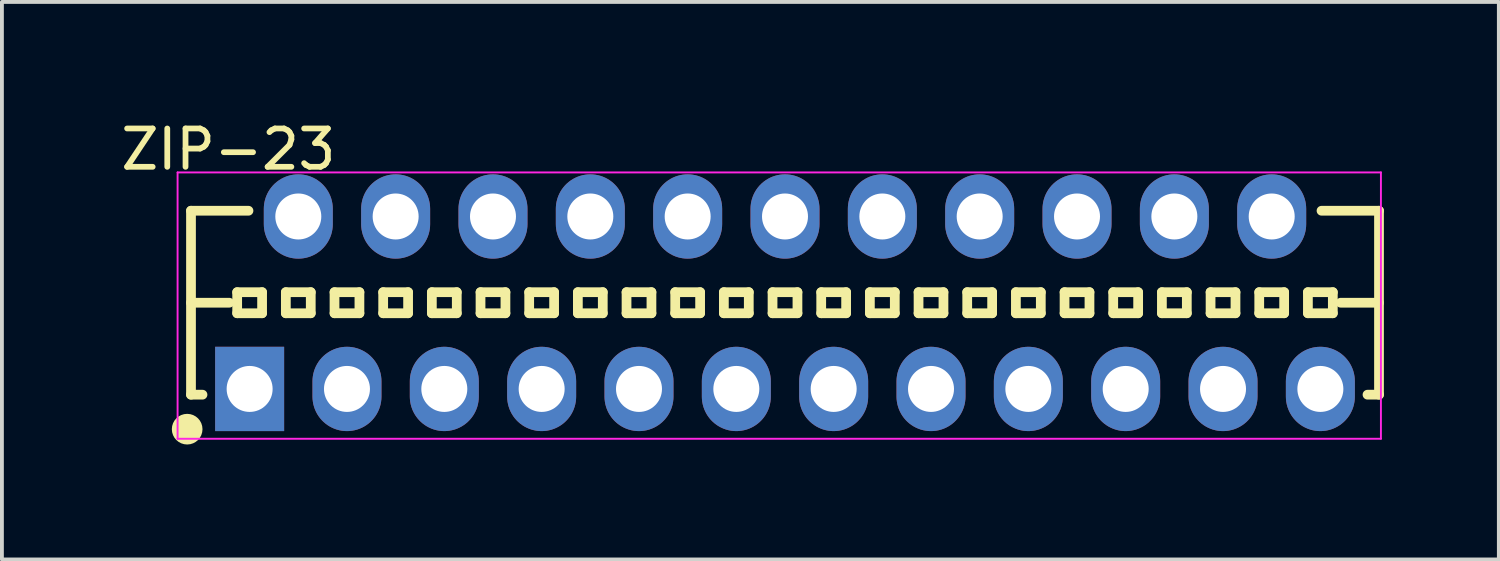
<source format=kicad_pcb>
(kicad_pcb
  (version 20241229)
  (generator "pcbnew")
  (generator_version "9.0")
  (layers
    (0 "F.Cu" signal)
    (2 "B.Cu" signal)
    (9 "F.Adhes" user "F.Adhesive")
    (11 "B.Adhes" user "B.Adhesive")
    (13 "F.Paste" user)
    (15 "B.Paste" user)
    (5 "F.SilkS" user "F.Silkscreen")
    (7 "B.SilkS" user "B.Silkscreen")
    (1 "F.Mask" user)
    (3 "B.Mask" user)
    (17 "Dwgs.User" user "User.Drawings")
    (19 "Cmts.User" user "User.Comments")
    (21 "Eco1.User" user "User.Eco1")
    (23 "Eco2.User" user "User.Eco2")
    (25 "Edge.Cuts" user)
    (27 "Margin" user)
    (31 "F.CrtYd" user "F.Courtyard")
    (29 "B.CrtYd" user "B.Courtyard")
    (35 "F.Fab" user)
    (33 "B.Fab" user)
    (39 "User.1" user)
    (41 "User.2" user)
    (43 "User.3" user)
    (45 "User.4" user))
  (footprint "ZIP-23"
    (layer "F.Cu")
    (at 17.434 4.849)
    (property "Reference" "ZIP-23" (at -14.524 -4.001 0) (layer "F.SilkS") (effects (font (size 1 1) (thickness 0.15))))
    (attr through_hole)
    (fp_line (start -15.5 -2.4) (end -14 -2.4) (stroke (width 0.254) (type solid)) (layer "F.SilkS"))
    (fp_line (start -15.5 0) (end -14.5 0) (stroke (width 0.254) (type solid)) (layer "F.SilkS"))
    (fp_line (start -15.5 2.4) (end -15.5 -2.4) (stroke (width 0.254) (type solid)) (layer "F.SilkS"))
    (fp_line (start -15.5 2.4) (end -15.2 2.4) (stroke (width 0.254) (type solid)) (layer "F.SilkS"))
    (fp_line (start -14.295 -0.275) (end -13.645 -0.275) (stroke (width 0.254) (type solid)) (layer "F.SilkS"))
    (fp_line (start -14.295 0.275) (end -14.295 -0.275) (stroke (width 0.254) (type solid)) (layer "F.SilkS"))
    (fp_line (start -14.295 0.275) (end -13.645 0.275) (stroke (width 0.254) (type solid)) (layer "F.SilkS"))
    (fp_line (start -13.645 0.275) (end -13.645 -0.275) (stroke (width 0.254) (type solid)) (layer "F.SilkS"))
    (fp_line (start -13.025 -0.275) (end -12.375 -0.275) (stroke (width 0.254) (type solid)) (layer "F.SilkS"))
    (fp_line (start -13.025 0.275) (end -13.025 -0.275) (stroke (width 0.254) (type solid)) (layer "F.SilkS"))
    (fp_line (start -13.025 0.275) (end -12.375 0.275) (stroke (width 0.254) (type solid)) (layer "F.SilkS"))
    (fp_line (start -12.375 0.275) (end -12.375 -0.275) (stroke (width 0.254) (type solid)) (layer "F.SilkS"))
    (fp_line (start -11.755 -0.275) (end -11.105 -0.275) (stroke (width 0.254) (type solid)) (layer "F.SilkS"))
    (fp_line (start -11.755 0.275) (end -11.755 -0.275) (stroke (width 0.254) (type solid)) (layer "F.SilkS"))
    (fp_line (start -11.755 0.275) (end -11.105 0.275) (stroke (width 0.254) (type solid)) (layer "F.SilkS"))
    (fp_line (start -11.105 0.275) (end -11.105 -0.275) (stroke (width 0.254) (type solid)) (layer "F.SilkS"))
    (fp_line (start -10.485 -0.275) (end -9.835 -0.275) (stroke (width 0.254) (type solid)) (layer "F.SilkS"))
    (fp_line (start -10.485 0.275) (end -10.485 -0.275) (stroke (width 0.254) (type solid)) (layer "F.SilkS"))
    (fp_line (start -10.485 0.275) (end -9.835 0.275) (stroke (width 0.254) (type solid)) (layer "F.SilkS"))
    (fp_line (start -9.835 0.275) (end -9.835 -0.275) (stroke (width 0.254) (type solid)) (layer "F.SilkS"))
    (fp_line (start -9.215 -0.275) (end -8.565 -0.275) (stroke (width 0.254) (type solid)) (layer "F.SilkS"))
    (fp_line (start -9.215 0.275) (end -9.215 -0.275) (stroke (width 0.254) (type solid)) (layer "F.SilkS"))
    (fp_line (start -9.215 0.275) (end -8.565 0.275) (stroke (width 0.254) (type solid)) (layer "F.SilkS"))
    (fp_line (start -8.565 0.275) (end -8.565 -0.275) (stroke (width 0.254) (type solid)) (layer "F.SilkS"))
    (fp_line (start -7.945 -0.275) (end -7.295 -0.275) (stroke (width 0.254) (type solid)) (layer "F.SilkS"))
    (fp_line (start -7.945 0.275) (end -7.945 -0.275) (stroke (width 0.254) (type solid)) (layer "F.SilkS"))
    (fp_line (start -7.945 0.275) (end -7.295 0.275) (stroke (width 0.254) (type solid)) (layer "F.SilkS"))
    (fp_line (start -7.295 0.275) (end -7.295 -0.275) (stroke (width 0.254) (type solid)) (layer "F.SilkS"))
    (fp_line (start -6.675 -0.275) (end -6.025 -0.275) (stroke (width 0.254) (type solid)) (layer "F.SilkS"))
    (fp_line (start -6.675 0.275) (end -6.675 -0.275) (stroke (width 0.254) (type solid)) (layer "F.SilkS"))
    (fp_line (start -6.675 0.275) (end -6.025 0.275) (stroke (width 0.254) (type solid)) (layer "F.SilkS"))
    (fp_line (start -6.025 0.275) (end -6.025 -0.275) (stroke (width 0.254) (type solid)) (layer "F.SilkS"))
    (fp_line (start -5.405 -0.275) (end -4.755 -0.275) (stroke (width 0.254) (type solid)) (layer "F.SilkS"))
    (fp_line (start -5.405 0.275) (end -5.405 -0.275) (stroke (width 0.254) (type solid)) (layer "F.SilkS"))
    (fp_line (start -5.405 0.275) (end -4.755 0.275) (stroke (width 0.254) (type solid)) (layer "F.SilkS"))
    (fp_line (start -4.755 0.275) (end -4.755 -0.275) (stroke (width 0.254) (type solid)) (layer "F.SilkS"))
    (fp_line (start -4.135 -0.275) (end -3.485 -0.275) (stroke (width 0.254) (type solid)) (layer "F.SilkS"))
    (fp_line (start -4.135 0.275) (end -4.135 -0.275) (stroke (width 0.254) (type solid)) (layer "F.SilkS"))
    (fp_line (start -4.135 0.275) (end -3.485 0.275) (stroke (width 0.254) (type solid)) (layer "F.SilkS"))
    (fp_line (start -3.485 0.275) (end -3.485 -0.275) (stroke (width 0.254) (type solid)) (layer "F.SilkS"))
    (fp_line (start -2.865 -0.275) (end -2.215 -0.275) (stroke (width 0.254) (type solid)) (layer "F.SilkS"))
    (fp_line (start -2.865 0.275) (end -2.865 -0.275) (stroke (width 0.254) (type solid)) (layer "F.SilkS"))
    (fp_line (start -2.865 0.275) (end -2.215 0.275) (stroke (width 0.254) (type solid)) (layer "F.SilkS"))
    (fp_line (start -2.215 0.275) (end -2.215 -0.275) (stroke (width 0.254) (type solid)) (layer "F.SilkS"))
    (fp_line (start -1.595 -0.275) (end -0.945 -0.275) (stroke (width 0.254) (type solid)) (layer "F.SilkS"))
    (fp_line (start -1.595 0.275) (end -1.595 -0.275) (stroke (width 0.254) (type solid)) (layer "F.SilkS"))
    (fp_line (start -1.595 0.275) (end -0.945 0.275) (stroke (width 0.254) (type solid)) (layer "F.SilkS"))
    (fp_line (start -0.945 0.275) (end -0.945 -0.275) (stroke (width 0.254) (type solid)) (layer "F.SilkS"))
    (fp_line (start -0.325 -0.275) (end 0.325 -0.275) (stroke (width 0.254) (type solid)) (layer "F.SilkS"))
    (fp_line (start -0.325 0.275) (end -0.325 -0.275) (stroke (width 0.254) (type solid)) (layer "F.SilkS"))
    (fp_line (start -0.325 0.275) (end 0.325 0.275) (stroke (width 0.254) (type solid)) (layer "F.SilkS"))
    (fp_line (start 0.325 0.275) (end 0.325 -0.275) (stroke (width 0.254) (type solid)) (layer "F.SilkS"))
    (fp_line (start 0.945 -0.275) (end 1.595 -0.275) (stroke (width 0.254) (type solid)) (layer "F.SilkS"))
    (fp_line (start 0.945 0.275) (end 0.945 -0.275) (stroke (width 0.254) (type solid)) (layer "F.SilkS"))
    (fp_line (start 0.945 0.275) (end 1.595 0.275) (stroke (width 0.254) (type solid)) (layer "F.SilkS"))
    (fp_line (start 1.595 0.275) (end 1.595 -0.275) (stroke (width 0.254) (type solid)) (layer "F.SilkS"))
    (fp_line (start 2.215 -0.275) (end 2.865 -0.275) (stroke (width 0.254) (type solid)) (layer "F.SilkS"))
    (fp_line (start 2.215 0.275) (end 2.215 -0.275) (stroke (width 0.254) (type solid)) (layer "F.SilkS"))
    (fp_line (start 2.215 0.275) (end 2.865 0.275) (stroke (width 0.254) (type solid)) (layer "F.SilkS"))
    (fp_line (start 2.865 0.275) (end 2.865 -0.275) (stroke (width 0.254) (type solid)) (layer "F.SilkS"))
    (fp_line (start 3.485 -0.275) (end 4.135 -0.275) (stroke (width 0.254) (type solid)) (layer "F.SilkS"))
    (fp_line (start 3.485 0.275) (end 3.485 -0.275) (stroke (width 0.254) (type solid)) (layer "F.SilkS"))
    (fp_line (start 3.485 0.275) (end 4.135 0.275) (stroke (width 0.254) (type solid)) (layer "F.SilkS"))
    (fp_line (start 4.135 0.275) (end 4.135 -0.275) (stroke (width 0.254) (type solid)) (layer "F.SilkS"))
    (fp_line (start 4.755 -0.275) (end 5.405 -0.275) (stroke (width 0.254) (type solid)) (layer "F.SilkS"))
    (fp_line (start 4.755 0.275) (end 4.755 -0.275) (stroke (width 0.254) (type solid)) (layer "F.SilkS"))
    (fp_line (start 4.755 0.275) (end 5.405 0.275) (stroke (width 0.254) (type solid)) (layer "F.SilkS"))
    (fp_line (start 5.405 0.275) (end 5.405 -0.275) (stroke (width 0.254) (type solid)) (layer "F.SilkS"))
    (fp_line (start 6.025 -0.275) (end 6.675 -0.275) (stroke (width 0.254) (type solid)) (layer "F.SilkS"))
    (fp_line (start 6.025 0.275) (end 6.025 -0.275) (stroke (width 0.254) (type solid)) (layer "F.SilkS"))
    (fp_line (start 6.025 0.275) (end 6.675 0.275) (stroke (width 0.254) (type solid)) (layer "F.SilkS"))
    (fp_line (start 6.675 0.275) (end 6.675 -0.275) (stroke (width 0.254) (type solid)) (layer "F.SilkS"))
    (fp_line (start 7.295 -0.275) (end 7.945 -0.275) (stroke (width 0.254) (type solid)) (layer "F.SilkS"))
    (fp_line (start 7.295 0.275) (end 7.295 -0.275) (stroke (width 0.254) (type solid)) (layer "F.SilkS"))
    (fp_line (start 7.295 0.275) (end 7.945 0.275) (stroke (width 0.254) (type solid)) (layer "F.SilkS"))
    (fp_line (start 7.945 0.275) (end 7.945 -0.275) (stroke (width 0.254) (type solid)) (layer "F.SilkS"))
    (fp_line (start 8.565 -0.275) (end 9.215 -0.275) (stroke (width 0.254) (type solid)) (layer "F.SilkS"))
    (fp_line (start 8.565 0.275) (end 8.565 -0.275) (stroke (width 0.254) (type solid)) (layer "F.SilkS"))
    (fp_line (start 8.565 0.275) (end 9.215 0.275) (stroke (width 0.254) (type solid)) (layer "F.SilkS"))
    (fp_line (start 9.215 0.275) (end 9.215 -0.275) (stroke (width 0.254) (type solid)) (layer "F.SilkS"))
    (fp_line (start 9.835 -0.275) (end 10.485 -0.275) (stroke (width 0.254) (type solid)) (layer "F.SilkS"))
    (fp_line (start 9.835 0.275) (end 9.835 -0.275) (stroke (width 0.254) (type solid)) (layer "F.SilkS"))
    (fp_line (start 9.835 0.275) (end 10.485 0.275) (stroke (width 0.254) (type solid)) (layer "F.SilkS"))
    (fp_line (start 10.485 0.275) (end 10.485 -0.275) (stroke (width 0.254) (type solid)) (layer "F.SilkS"))
    (fp_line (start 11.105 -0.275) (end 11.755 -0.275) (stroke (width 0.254) (type solid)) (layer "F.SilkS"))
    (fp_line (start 11.105 0.275) (end 11.105 -0.275) (stroke (width 0.254) (type solid)) (layer "F.SilkS"))
    (fp_line (start 11.105 0.275) (end 11.755 0.275) (stroke (width 0.254) (type solid)) (layer "F.SilkS"))
    (fp_line (start 11.755 0.275) (end 11.755 -0.275) (stroke (width 0.254) (type solid)) (layer "F.SilkS"))
    (fp_line (start 12.375 -0.275) (end 13.025 -0.275) (stroke (width 0.254) (type solid)) (layer "F.SilkS"))
    (fp_line (start 12.375 0.275) (end 12.375 -0.275) (stroke (width 0.254) (type solid)) (layer "F.SilkS"))
    (fp_line (start 12.375 0.275) (end 13.025 0.275) (stroke (width 0.254) (type solid)) (layer "F.SilkS"))
    (fp_line (start 13.025 0.275) (end 13.025 -0.275) (stroke (width 0.254) (type solid)) (layer "F.SilkS"))
    (fp_line (start 13.645 -0.275) (end 14.295 -0.275) (stroke (width 0.254) (type solid)) (layer "F.SilkS"))
    (fp_line (start 13.645 0.275) (end 13.645 -0.275) (stroke (width 0.254) (type solid)) (layer "F.SilkS"))
    (fp_line (start 13.645 0.275) (end 14.295 0.275) (stroke (width 0.254) (type solid)) (layer "F.SilkS"))
    (fp_line (start 14 -2.4) (end 15.5 -2.4) (stroke (width 0.254) (type solid)) (layer "F.SilkS"))
    (fp_line (start 14.295 0.275) (end 14.295 -0.275) (stroke (width 0.254) (type solid)) (layer "F.SilkS"))
    (fp_line (start 14.5 0) (end 15.5 0) (stroke (width 0.254) (type solid)) (layer "F.SilkS"))
    (fp_line (start 15.2 2.4) (end 15.5 2.4) (stroke (width 0.254) (type solid)) (layer "F.SilkS"))
    (fp_line (start 15.5 2.4) (end 15.5 -2.4) (stroke (width 0.254) (type solid)) (layer "F.SilkS"))
    (fp_circle (center -15.6 3.3) (end -15.4 3.3) (stroke (width 0.4) (type solid)) (fill no) (layer "F.SilkS"))
    (fp_line (start -15.85 -3.4) (end 15.55 -3.4) (stroke (width 0.05) (type solid)) (layer "F.CrtYd"))
    (fp_line (start -15.85 3.55) (end -15.85 -3.4) (stroke (width 0.05) (type solid)) (layer "F.CrtYd"))
    (fp_line (start 15.55 -3.4) (end 15.55 3.55) (stroke (width 0.05) (type solid)) (layer "F.CrtYd"))
    (fp_line (start 15.55 3.55) (end -15.85 3.55) (stroke (width 0.05) (type solid)) (layer "F.CrtYd"))
    (pad "1" thru_hole rect (at -13.97 2.25) (size 1.8 2.2) (drill 1.2) (layers "*.Cu" "*.Mask"))
    (pad "2" thru_hole oval (at -12.7 -2.25) (size 1.8 2.2) (drill 1.2) (layers "*.Cu" "*.Mask"))
    (pad "3" thru_hole oval (at -11.43 2.25) (size 1.8 2.2) (drill 1.2) (layers "*.Cu" "*.Mask"))
    (pad "4" thru_hole oval (at -10.16 -2.25) (size 1.8 2.2) (drill 1.2) (layers "*.Cu" "*.Mask"))
    (pad "5" thru_hole oval (at -8.89 2.25) (size 1.8 2.2) (drill 1.2) (layers "*.Cu" "*.Mask"))
    (pad "6" thru_hole oval (at -7.62 -2.25) (size 1.8 2.2) (drill 1.2) (layers "*.Cu" "*.Mask"))
    (pad "7" thru_hole oval (at -6.35 2.25) (size 1.8 2.2) (drill 1.2) (layers "*.Cu" "*.Mask"))
    (pad "8" thru_hole oval (at -5.08 -2.25) (size 1.8 2.2) (drill 1.2) (layers "*.Cu" "*.Mask"))
    (pad "9" thru_hole oval (at -3.81 2.25) (size 1.8 2.2) (drill 1.2) (layers "*.Cu" "*.Mask"))
    (pad "10" thru_hole oval (at -2.54 -2.25) (size 1.8 2.2) (drill 1.2) (layers "*.Cu" "*.Mask"))
    (pad "11" thru_hole oval (at -1.27 2.25) (size 1.8 2.2) (drill 1.2) (layers "*.Cu" "*.Mask"))
    (pad "12" thru_hole oval (at 0 -2.25) (size 1.8 2.2) (drill 1.2) (layers "*.Cu" "*.Mask"))
    (pad "13" thru_hole oval (at 1.27 2.25) (size 1.8 2.2) (drill 1.2) (layers "*.Cu" "*.Mask"))
    (pad "14" thru_hole oval (at 2.54 -2.25) (size 1.8 2.2) (drill 1.2) (layers "*.Cu" "*.Mask"))
    (pad "15" thru_hole oval (at 3.81 2.25) (size 1.8 2.2) (drill 1.2) (layers "*.Cu" "*.Mask"))
    (pad "16" thru_hole oval (at 5.08 -2.25) (size 1.8 2.2) (drill 1.2) (layers "*.Cu" "*.Mask"))
    (pad "17" thru_hole oval (at 6.35 2.25) (size 1.8 2.2) (drill 1.2) (layers "*.Cu" "*.Mask"))
    (pad "18" thru_hole oval (at 7.62 -2.25) (size 1.8 2.2) (drill 1.2) (layers "*.Cu" "*.Mask"))
    (pad "19" thru_hole oval (at 8.89 2.25) (size 1.8 2.2) (drill 1.2) (layers "*.Cu" "*.Mask"))
    (pad "20" thru_hole oval (at 10.16 -2.25) (size 1.8 2.2) (drill 1.2) (layers "*.Cu" "*.Mask"))
    (pad "21" thru_hole oval (at 11.43 2.25) (size 1.8 2.2) (drill 1.2) (layers "*.Cu" "*.Mask"))
    (pad "22" thru_hole oval (at 12.7 -2.25) (size 1.8 2.2) (drill 1.2) (layers "*.Cu" "*.Mask"))
    (pad "23" thru_hole oval (at 13.97 2.25) (size 1.8 2.2) (drill 1.2) (layers "*.Cu" "*.Mask")))
  (gr_rect
    (start -3 -3)
    (end 36.061 11.549)
    (stroke (width 0.1) (type default))
    (fill no)
    (layer "Edge.Cuts")))
</source>
